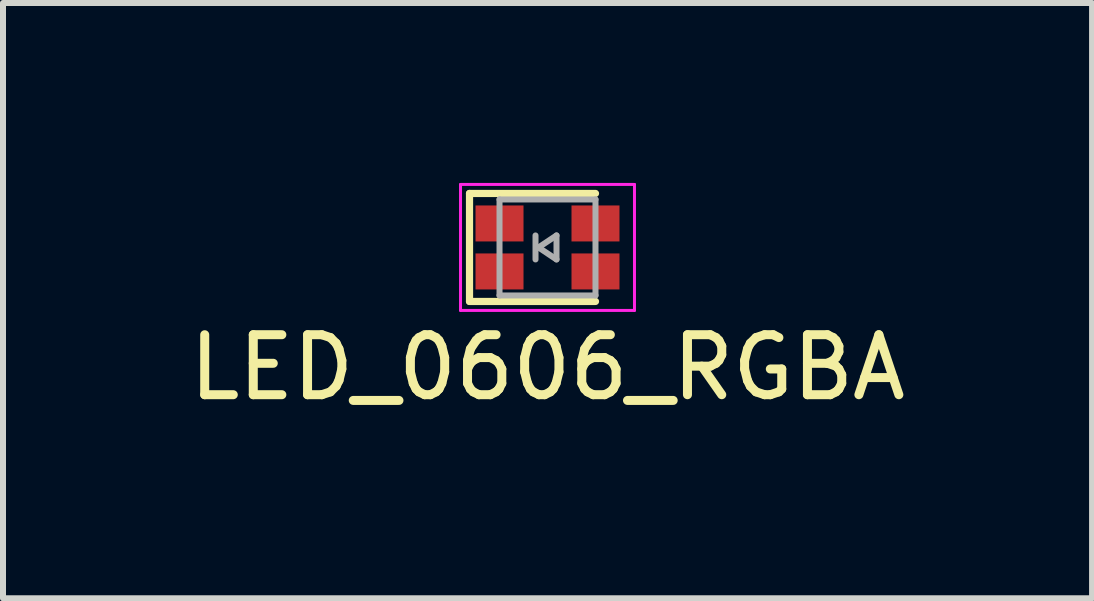
<source format=kicad_pcb>
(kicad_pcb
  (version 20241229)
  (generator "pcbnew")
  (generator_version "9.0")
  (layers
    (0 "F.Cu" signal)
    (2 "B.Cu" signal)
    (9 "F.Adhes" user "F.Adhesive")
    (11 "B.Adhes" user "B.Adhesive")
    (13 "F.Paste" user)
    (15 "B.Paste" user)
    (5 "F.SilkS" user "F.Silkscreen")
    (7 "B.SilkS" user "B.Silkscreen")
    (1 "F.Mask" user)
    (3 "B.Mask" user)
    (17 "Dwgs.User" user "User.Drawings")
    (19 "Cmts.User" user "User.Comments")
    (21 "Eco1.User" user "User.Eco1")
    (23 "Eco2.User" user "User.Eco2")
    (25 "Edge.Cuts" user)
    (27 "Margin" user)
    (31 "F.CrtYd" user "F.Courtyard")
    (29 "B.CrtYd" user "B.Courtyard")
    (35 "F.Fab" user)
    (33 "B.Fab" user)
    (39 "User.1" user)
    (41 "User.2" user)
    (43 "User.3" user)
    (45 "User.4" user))
  (footprint "LED_0606_RGBA"
    (layer "F.Cu")
    (at 6.077 1.075)
    (property "Reference" "LED_0606_RGBA" (at 0 2 0) (layer "F.SilkS") (effects (font (size 1 1) (thickness 0.15))))
    (attr smd)
    (fp_line (start -1.3 -0.9) (end -1.3 0.9) (stroke (width 0.12) (type solid)) (layer "F.SilkS"))
    (fp_line (start -1.3 -0.9) (end 0.8 -0.9) (stroke (width 0.12) (type solid)) (layer "F.SilkS"))
    (fp_line (start -1.3 0.9) (end 0.8 0.9) (stroke (width 0.12) (type solid)) (layer "F.SilkS"))
    (fp_line (start -1.45 -1.05) (end 1.45 -1.05) (stroke (width 0.05) (type solid)) (layer "F.CrtYd"))
    (fp_line (start -1.45 1.05) (end -1.45 -1.05) (stroke (width 0.05) (type solid)) (layer "F.CrtYd"))
    (fp_line (start 1.45 -1.05) (end 1.45 1.05) (stroke (width 0.05) (type solid)) (layer "F.CrtYd"))
    (fp_line (start 1.45 1.05) (end -1.45 1.05) (stroke (width 0.05) (type solid)) (layer "F.CrtYd"))
    (fp_line (start -0.8 -0.8) (end 0.8 -0.8) (stroke (width 0.1) (type solid)) (layer "F.Fab"))
    (fp_line (start -0.8 0.8) (end -0.8 -0.8) (stroke (width 0.1) (type solid)) (layer "F.Fab"))
    (fp_line (start -0.2 -0.2) (end -0.2 0.2) (stroke (width 0.1) (type solid)) (layer "F.Fab"))
    (fp_line (start -0.15 0) (end 0.15 -0.2) (stroke (width 0.1) (type solid)) (layer "F.Fab"))
    (fp_line (start 0.15 -0.2) (end 0.15 0.2) (stroke (width 0.1) (type solid)) (layer "F.Fab"))
    (fp_line (start 0.15 0.2) (end -0.15 0) (stroke (width 0.1) (type solid)) (layer "F.Fab"))
    (fp_line (start 0.8 -0.8) (end 0.8 0.8) (stroke (width 0.1) (type solid)) (layer "F.Fab"))
    (fp_line (start 0.8 0.8) (end -0.8 0.8) (stroke (width 0.1) (type solid)) (layer "F.Fab"))
    (pad "1" smd rect (at -0.8 0.4 180) (size 0.8 0.6) (layers "F.Cu" "F.Mask" "F.Paste"))
    (pad "2" smd rect (at -0.8 -0.4 180) (size 0.8 0.6) (layers "F.Cu" "F.Mask" "F.Paste"))
    (pad "3" smd rect (at 0.8 -0.4 180) (size 0.8 0.6) (layers "F.Cu" "F.Mask" "F.Paste"))
    (pad "4" smd rect (at 0.8 0.4 180) (size 0.8 0.6) (layers "F.Cu" "F.Mask" "F.Paste")))
  (gr_rect
    (start -3 -3)
    (end 15.155 6.923)
    (stroke (width 0.1) (type default))
    (fill no)
    (layer "Edge.Cuts")))
</source>
